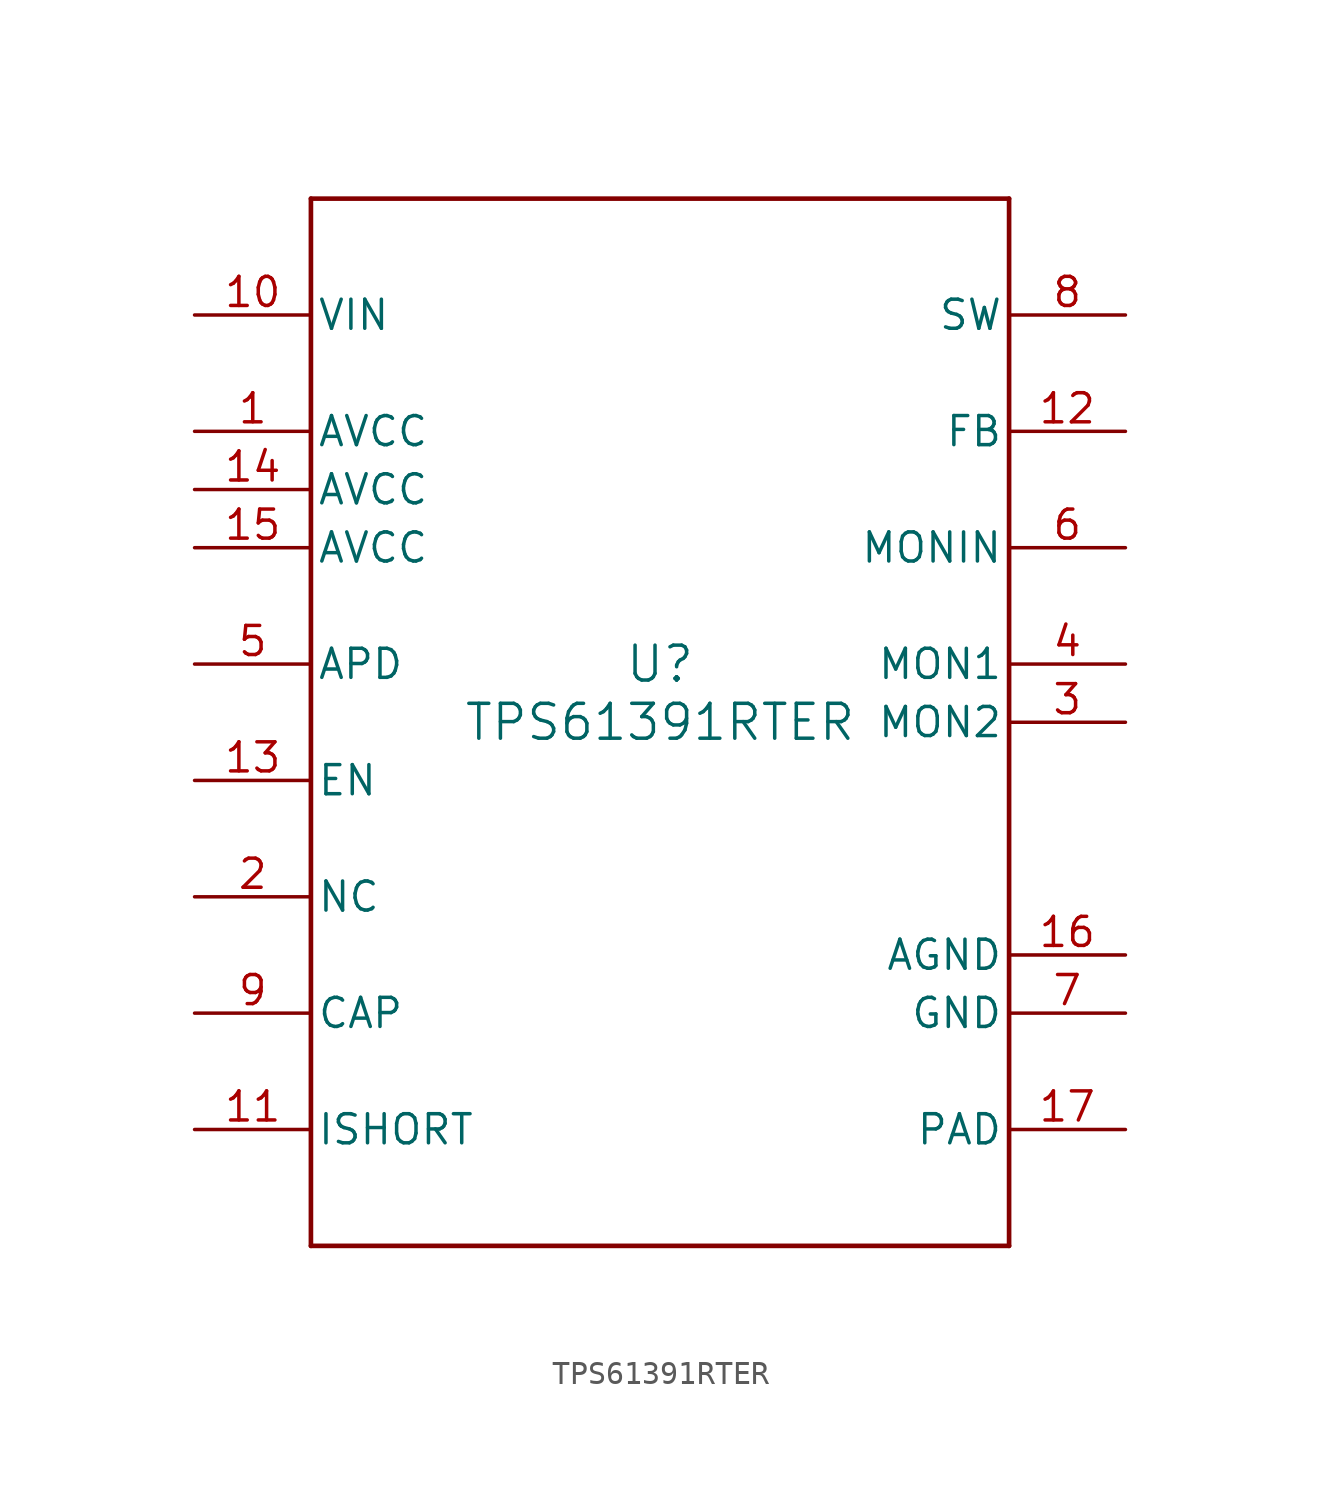
<source format=kicad_sym>
(kicad_symbol_lib
  (version 20211014)
  (generator kicad_symbol_editor)
  (symbol "TPS61391RTER"
    (pin_names
      (offset 0.254))
    (property "Reference" "U"
      (at 0 2.54 0)
      (effects (font (size 1.524 1.524))))
    (property "Value" "TPS61391RTER"
      (at 0 0 0)
      (effects (font (size 1.524 1.524))))
    (symbol "TPS61391RTER_0_1"
      (polyline (pts (xy -15.24 -22.86) (xy 15.24 -22.86)) (stroke (width 0.203) (type default) (color 0 0 0 0)) (fill (type none)))
      (polyline (pts (xy 15.24 -22.86) (xy 15.24 22.86)) (stroke (width 0.203) (type default) (color 0 0 0 0)) (fill (type none)))
      (polyline (pts (xy 15.24 22.86) (xy -15.24 22.86)) (stroke (width 0.203) (type default) (color 0 0 0 0)) (fill (type none)))
      (polyline (pts (xy -15.24 22.86) (xy -15.24 -22.86)) (stroke (width 0.203) (type default) (color 0 0 0 0)) (fill (type none)))
      (pin power_in line (at -20.32 12.7 0) (length 5.08) (name "AVCC" (effects (font (size 1.27 1.27)))) (number "1" (effects (font (size 1.27 1.27)))))
      (pin unspecified line (at -20.32 -7.62 0) (length 5.08) (name "NC" (effects (font (size 1.27 1.27)))) (number "2" (effects (font (size 1.27 1.27)))))
      (pin output line (at 20.32 0 180) (length 5.08) (name "MON2" (effects (font (size 1.27 1.27)))) (number "3" (effects (font (size 1.27 1.27)))))
      (pin output line (at 20.32 2.54 180) (length 5.08) (name "MON1" (effects (font (size 1.27 1.27)))) (number "4" (effects (font (size 1.27 1.27)))))
      (pin power_in line (at -20.32 2.54 0) (length 5.08) (name "APD" (effects (font (size 1.27 1.27)))) (number "5" (effects (font (size 1.27 1.27)))))
      (pin input line (at 20.32 7.62 180) (length 5.08) (name "MONIN" (effects (font (size 1.27 1.27)))) (number "6" (effects (font (size 1.27 1.27)))))
      (pin power_in line (at 20.32 -12.7 180) (length 5.08) (name "GND" (effects (font (size 1.27 1.27)))) (number "7" (effects (font (size 1.27 1.27)))))
      (pin power_in line (at 20.32 17.78 180) (length 5.08) (name "SW" (effects (font (size 1.27 1.27)))) (number "8" (effects (font (size 1.27 1.27)))))
      (pin output line (at -20.32 -12.7 0) (length 5.08) (name "CAP" (effects (font (size 1.27 1.27)))) (number "9" (effects (font (size 1.27 1.27)))))
      (pin power_in line (at -20.32 17.78 0) (length 5.08) (name "VIN" (effects (font (size 1.27 1.27)))) (number "10" (effects (font (size 1.27 1.27)))))
      (pin input line (at -20.32 -17.78 0) (length 5.08) (name "ISHORT" (effects (font (size 1.27 1.27)))) (number "11" (effects (font (size 1.27 1.27)))))
      (pin input line (at 20.32 12.7 180) (length 5.08) (name "FB" (effects (font (size 1.27 1.27)))) (number "12" (effects (font (size 1.27 1.27)))))
      (pin input line (at -20.32 -2.54 0) (length 5.08) (name "EN" (effects (font (size 1.27 1.27)))) (number "13" (effects (font (size 1.27 1.27)))))
      (pin power_in line (at -20.32 10.16 0) (length 5.08) (name "AVCC" (effects (font (size 1.27 1.27)))) (number "14" (effects (font (size 1.27 1.27)))))
      (pin power_in line (at -20.32 7.62 0) (length 5.08) (name "AVCC" (effects (font (size 1.27 1.27)))) (number "15" (effects (font (size 1.27 1.27)))))
      (pin power_in line (at 20.32 -10.16 180) (length 5.08) (name "AGND" (effects (font (size 1.27 1.27)))) (number "16" (effects (font (size 1.27 1.27)))))
      (pin power_in line (at 20.32 -17.78 180) (length 5.08) (name "PAD" (effects (font (size 1.27 1.27)))) (number "17" (effects (font (size 1.27 1.27))))))))
</source>
